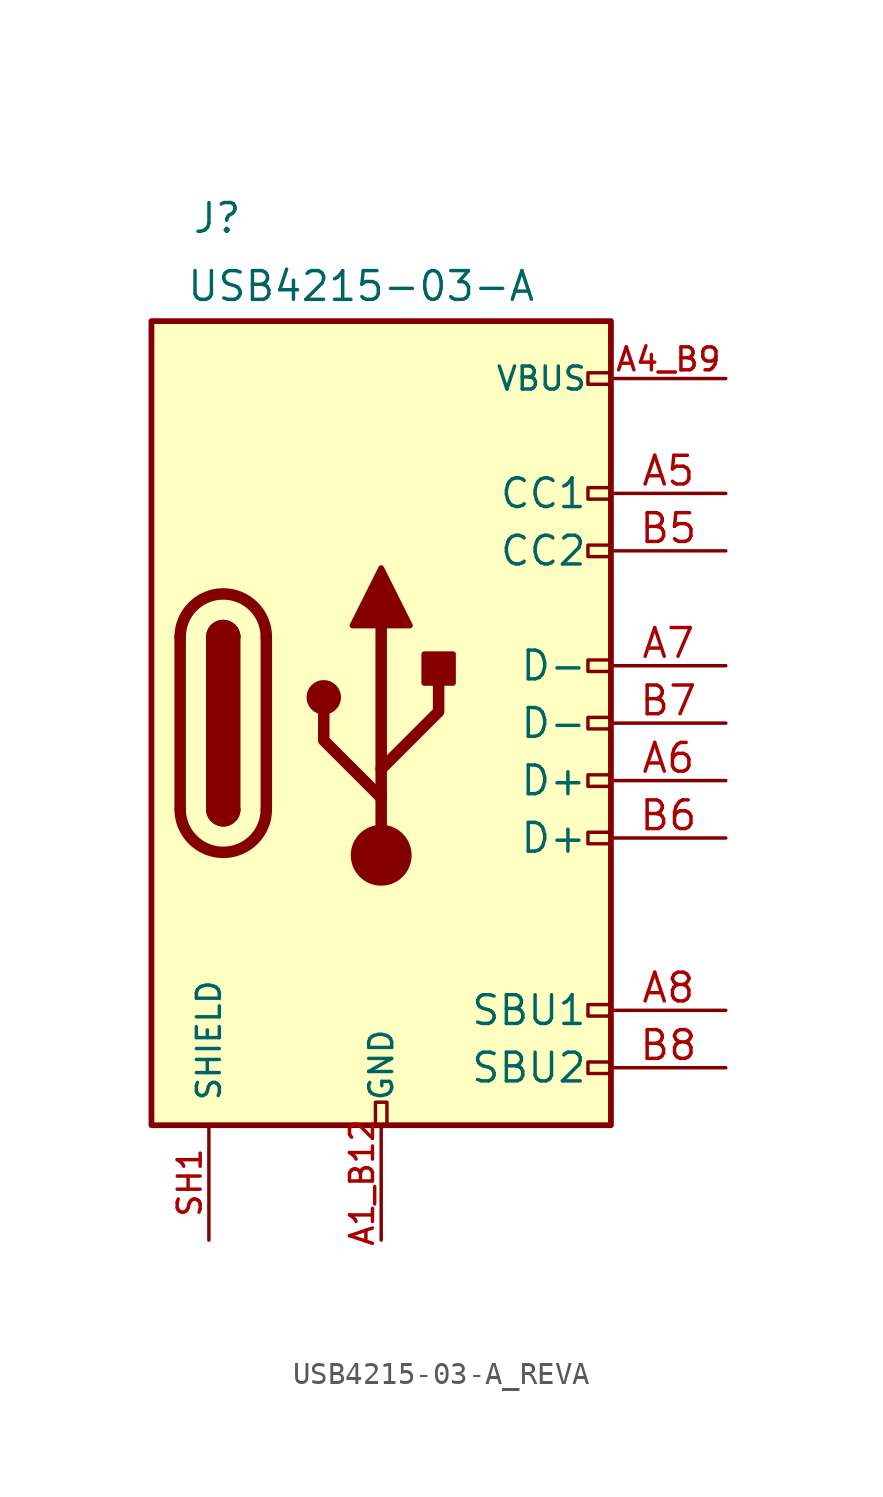
<source format=kicad_sym>
(kicad_symbol_lib
  (version 20241209)
  (generator "kicad_symbol_editor")
  (generator_version "9.0")
  (symbol "USB4215-03-A_REVA"
    (pin_names
      (offset 1.016))
    (property "Reference" "J"
      (at -8.382 21.59 0)
      (effects (font (size 1.27 1.27)) (justify left bottom)))
    (property "Value" "USB4215-03-A"
      (at -8.636 20.066 0)
      (effects (font (size 1.27 1.27)) (justify left top)))
    (symbol "USB4215-03-A_REVA_0_0"
      (rectangle (start -0.254 -17.78) (end 0.254 -16.764) (stroke (width 0) (type default)) (fill (type none)))
      (rectangle (start 10.16 15.494) (end 9.144 14.986) (stroke (width 0) (type default)) (fill (type none)))
      (rectangle (start 10.16 10.414) (end 9.144 9.906) (stroke (width 0) (type default)) (fill (type none)))
      (rectangle (start 10.16 7.874) (end 9.144 7.366) (stroke (width 0) (type default)) (fill (type none)))
      (rectangle (start 10.16 2.794) (end 9.144 2.286) (stroke (width 0) (type default)) (fill (type none)))
      (rectangle (start 10.16 0.254) (end 9.144 -0.254) (stroke (width 0) (type default)) (fill (type none)))
      (rectangle (start 10.16 -2.286) (end 9.144 -2.794) (stroke (width 0) (type default)) (fill (type none)))
      (rectangle (start 10.16 -4.826) (end 9.144 -5.334) (stroke (width 0) (type default)) (fill (type none)))
      (rectangle (start 10.16 -12.446) (end 9.144 -12.954) (stroke (width 0) (type default)) (fill (type none)))
      (rectangle (start 10.16 -14.986) (end 9.144 -15.494) (stroke (width 0) (type default)) (fill (type none)))
      (pin passive line (at -7.62 -22.86 90) (length 5.08) (hide yes) (name "SHIELD" (effects (font (size 1.016 1.016)))) (number "SH2" (effects (font (size 1.016 1.016)))))
      (pin passive line (at -7.62 -22.86 90) (length 5.08) (hide yes) (name "SHIELD" (effects (font (size 1.016 1.016)))) (number "SH3" (effects (font (size 1.016 1.016)))))
      (pin passive line (at -7.62 -22.86 90) (length 5.08) (hide yes) (name "SHIELD" (effects (font (size 1.016 1.016)))) (number "SH4" (effects (font (size 1.016 1.016)))))
      (pin power_in line (at 0 -22.86 90) (length 5.08) (hide yes) (name "GND_B" (effects (font (size 1.016 1.016)))) (number "B1_A12" (effects (font (size 1.016 1.016)))))
      (pin power_in line (at 15.24 15.24 180) (length 5.08) (hide yes) (name "VBUS_B" (effects (font (size 1.016 1.016)))) (number "B4_A9" (effects (font (size 1.016 1.016))))))
    (symbol "USB4215-03-A_REVA_0_1"
      (rectangle (start -10.16 17.78) (end 10.16 -17.78) (stroke (width 0.254) (type default)) (fill (type background)))
      (polyline (pts (xy -8.89 -3.81) (xy -8.89 3.81)) (stroke (width 0.508) (type default)) (fill (type none)))
      (rectangle (start -7.62 -3.81) (end -6.35 3.81) (stroke (width 0.254) (type default)) (fill (type outline)))
      (arc (start -7.62 3.81) (mid -6.985 4.4423) (end -6.35 3.81) (stroke (width 0.254) (type default)) (fill (type none)))
      (arc (start -7.62 3.81) (mid -6.985 4.4423) (end -6.35 3.81) (stroke (width 0.254) (type default)) (fill (type outline)))
      (arc (start -8.89 3.81) (mid -6.985 5.7067) (end -5.08 3.81) (stroke (width 0.508) (type default)) (fill (type none)))
      (arc (start -5.08 -3.81) (mid -6.985 -5.7067) (end -8.89 -3.81) (stroke (width 0.508) (type default)) (fill (type none)))
      (arc (start -6.35 -3.81) (mid -6.985 -4.4423) (end -7.62 -3.81) (stroke (width 0.254) (type default)) (fill (type none)))
      (arc (start -6.35 -3.81) (mid -6.985 -4.4423) (end -7.62 -3.81) (stroke (width 0.254) (type default)) (fill (type outline)))
      (polyline (pts (xy -5.08 3.81) (xy -5.08 -3.81)) (stroke (width 0.508) (type default)) (fill (type none)))
      (circle (center -2.54 1.143) (radius 0.635) (stroke (width 0.254) (type default)) (fill (type outline)))
      (polyline (pts (xy -1.27 4.318) (xy 0 6.858) (xy 1.27 4.318) (xy -1.27 4.318)) (stroke (width 0.254) (type default)) (fill (type outline)))
      (polyline (pts (xy 0 -2.032) (xy 2.54 0.508) (xy 2.54 1.778)) (stroke (width 0.508) (type default)) (fill (type none)))
      (polyline (pts (xy 0 -3.302) (xy -2.54 -0.762) (xy -2.54 0.508)) (stroke (width 0.508) (type default)) (fill (type none)))
      (polyline (pts (xy 0 -5.842) (xy 0 4.318)) (stroke (width 0.508) (type default)) (fill (type none)))
      (circle (center 0 -5.842) (radius 1.27) (stroke (width 0) (type default)) (fill (type outline)))
      (rectangle (start 1.905 1.778) (end 3.175 3.048) (stroke (width 0.254) (type default)) (fill (type outline))))
    (symbol "USB4215-03-A_REVA_1_0"
      (pin power_in line (at -7.62 -22.86 90) (length 5.08) (name "SHIELD" (effects (font (size 1.016 1.016)))) (number "SH1" (effects (font (size 1.016 1.016)))))
      (pin power_in line (at 0 -22.86 90) (length 5.08) (name "GND" (effects (font (size 1.016 1.016)))) (number "A1_B12" (effects (font (size 1.016 1.016)))))
      (pin power_in line (at 15.24 15.24 180) (length 5.08) (name "VBUS" (effects (font (size 1.016 1.016)))) (number "A4_B9" (effects (font (size 1.016 1.016))))))
    (symbol "USB4215-03-A_REVA_1_1"
      (pin bidirectional line (at 15.24 10.16 180) (length 5.08) (name "CC1" (effects (font (size 1.27 1.27)))) (number "A5" (effects (font (size 1.27 1.27)))))
      (pin bidirectional line (at 15.24 7.62 180) (length 5.08) (name "CC2" (effects (font (size 1.27 1.27)))) (number "B5" (effects (font (size 1.27 1.27)))))
      (pin bidirectional line (at 15.24 2.54 180) (length 5.08) (name "D-" (effects (font (size 1.27 1.27)))) (number "A7" (effects (font (size 1.27 1.27)))))
      (pin bidirectional line (at 15.24 0 180) (length 5.08) (name "D-" (effects (font (size 1.27 1.27)))) (number "B7" (effects (font (size 1.27 1.27)))))
      (pin bidirectional line (at 15.24 -2.54 180) (length 5.08) (name "D+" (effects (font (size 1.27 1.27)))) (number "A6" (effects (font (size 1.27 1.27)))))
      (pin bidirectional line (at 15.24 -5.08 180) (length 5.08) (name "D+" (effects (font (size 1.27 1.27)))) (number "B6" (effects (font (size 1.27 1.27)))))
      (pin bidirectional line (at 15.24 -12.7 180) (length 5.08) (name "SBU1" (effects (font (size 1.27 1.27)))) (number "A8" (effects (font (size 1.27 1.27)))))
      (pin bidirectional line (at 15.24 -15.24 180) (length 5.08) (name "SBU2" (effects (font (size 1.27 1.27)))) (number "B8" (effects (font (size 1.27 1.27))))))))
</source>
